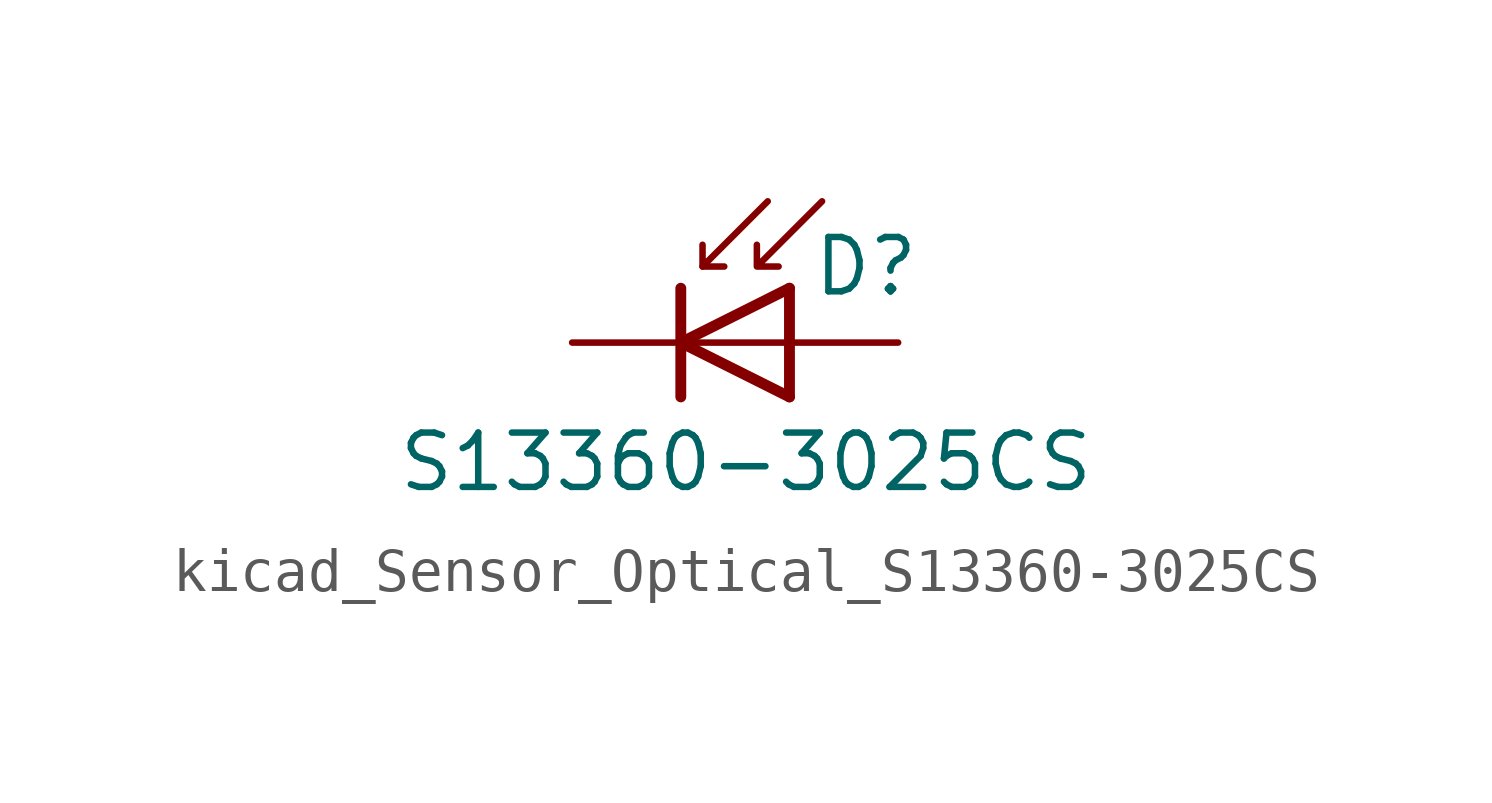
<source format=kicad_sym>
(kicad_symbol_lib
  (version 20220914)
  (generator kicad_symbol_editor)
  (symbol "kicad_Sensor_Optical_S13360-3025CS"
    (pin_numbers hide)
    (pin_names hide)
    (property "Reference" "D"
      (at 1.778 1.778 0)
      (effects (font (size 1.27 1.27)) (justify left)))
    (property "Value" "S13360-3025CS"
      (at 0.254 -2.794 0)
      (effects (font (size 1.27 1.27))))
    (symbol "kicad_Sensor_Optical_S13360-3025CS_0_1"
      (polyline (pts (xy -1.27 0) (xy 1.27 0)) (stroke (width 0) (type default)) (fill (type none)))
      (polyline (pts (xy -1.27 1.27) (xy -1.27 -1.27)) (stroke (width 0.254) (type default)) (fill (type none)))
      (polyline (pts (xy -0.762 1.778) (xy -0.254 1.778)) (stroke (width 0) (type default)) (fill (type none)))
      (polyline (pts (xy 1.27 1.27) (xy 1.27 -1.27)) (stroke (width 0.254) (type default)) (fill (type none)))
      (polyline (pts (xy 0.762 3.302) (xy -0.762 1.778) (xy -0.762 2.286)) (stroke (width 0) (type default)) (fill (type none)))
      (polyline (pts (xy 1.27 1.27) (xy -1.27 0) (xy 1.27 -1.27)) (stroke (width 0.254) (type default)) (fill (type none)))
      (polyline (pts (xy 2.032 3.302) (xy 0.508 1.778) (xy 0.508 2.286) (xy 0.508 1.778) (xy 1.016 1.778)) (stroke (width 0) (type default)) (fill (type none))))
    (symbol "kicad_Sensor_Optical_S13360-3025CS_1_1"
      (pin passive line (at 3.81 0 180) (length 2.54) (name "A" (effects (font (size 1.27 1.27)))) (number "1" (effects (font (size 1.27 1.27)))))
      (pin passive line (at -3.81 0 0) (length 2.54) (name "K" (effects (font (size 1.27 1.27)))) (number "2" (effects (font (size 1.27 1.27))))))))
</source>
